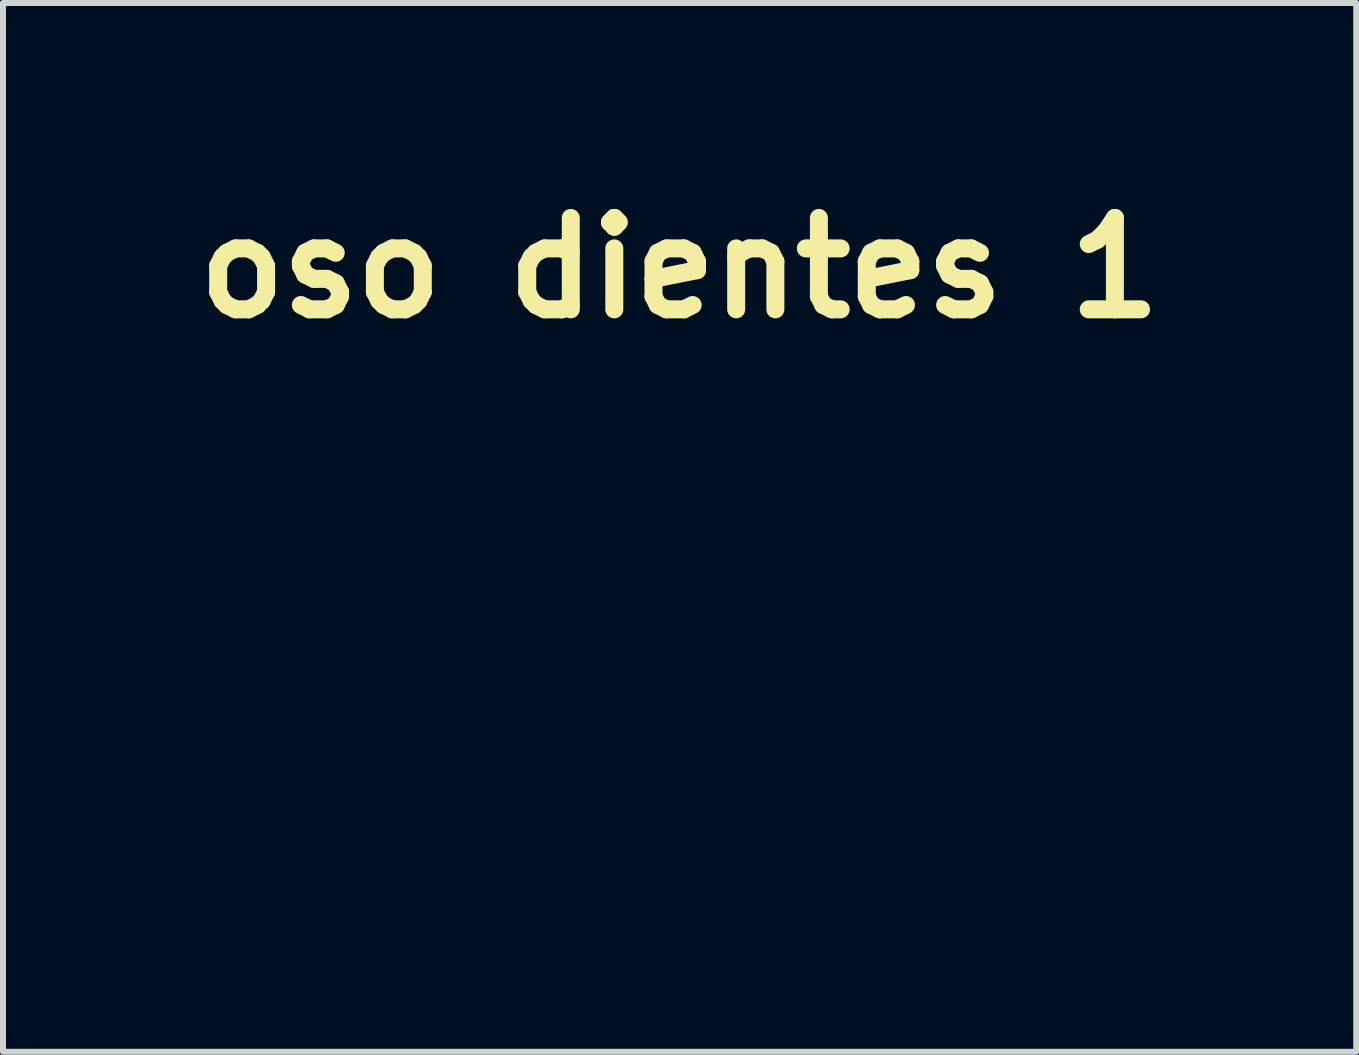
<source format=kicad_pcb>
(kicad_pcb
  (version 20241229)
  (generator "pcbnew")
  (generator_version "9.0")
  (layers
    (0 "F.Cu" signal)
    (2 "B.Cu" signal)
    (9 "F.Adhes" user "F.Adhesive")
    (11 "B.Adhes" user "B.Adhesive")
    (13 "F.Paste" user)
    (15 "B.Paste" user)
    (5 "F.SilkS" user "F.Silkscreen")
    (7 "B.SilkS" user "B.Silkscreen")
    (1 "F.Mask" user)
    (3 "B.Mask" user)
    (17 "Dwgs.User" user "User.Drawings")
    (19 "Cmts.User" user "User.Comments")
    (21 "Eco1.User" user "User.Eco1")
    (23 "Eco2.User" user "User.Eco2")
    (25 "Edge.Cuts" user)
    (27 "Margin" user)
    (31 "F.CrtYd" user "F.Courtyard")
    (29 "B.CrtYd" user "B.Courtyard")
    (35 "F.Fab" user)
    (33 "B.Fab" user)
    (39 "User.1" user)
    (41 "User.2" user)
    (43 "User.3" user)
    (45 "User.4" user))
  (footprint "oso dientes 1"
    (layer "F.Cu")
    (at 8.28 1.418)
    (property "Reference" "oso dientes 1" (at 0 0 0) (layer "F.SilkS") (effects (font (size 1.524 1.524) (thickness 0.3))))
    (attr through_hole)
    (fp_poly (pts (xy -2.816 6.048) (xy -2.81 6.127) (xy -2.82 6.145) (xy -2.843 6.13) (xy -2.846 6.079) (xy -2.834 6.024) (xy -2.816 6.048)) (stroke (width 0.01) (type solid)) (fill yes) (layer "F.Mask"))
    (fp_poly (pts (xy 1.714 9.994) (xy 1.72 10.054) (xy 1.714 10.062) (xy 1.683 10.055) (xy 1.68 10.028) (xy 1.698 9.986) (xy 1.714 9.994)) (stroke (width 0.01) (type solid)) (fill yes) (layer "F.Mask"))
    (fp_poly (pts (xy -1.315 8.402) (xy -1.17 8.527) (xy -1.094 8.602) (xy -0.966 8.728) (xy -0.866 8.819) (xy -0.814 8.857) (xy -0.813 8.857) (xy -0.772 8.817) (xy -0.704 8.715) (xy -0.668 8.653) (xy -0.561 8.505) (xy -0.46 8.459) (xy -0.362 8.513) (xy -0.284 8.628) (xy -0.216 8.74) (xy -0.166 8.802) (xy -0.157 8.806) (xy -0.113 8.767) (xy -0.037 8.672) (xy -0.006 8.628) (xy 0.084 8.517) (xy 0.164 8.455) (xy 0.184 8.45) (xy 0.246 8.491) (xy 0.325 8.597) (xy 0.357 8.655) (xy 0.413 8.759) (xy 0.462 8.812) (xy 0.524 8.812) (xy 0.618 8.755) (xy 0.763 8.637) (xy 0.845 8.568) (xy 1.019 8.43) (xy 1.133 8.363) (xy 1.197 8.366) (xy 1.221 8.435) (xy 1.221 8.462) (xy 1.212 8.599) (xy 1.188 8.787) (xy 1.153 8.997) (xy 1.113 9.204) (xy 1.074 9.381) (xy 1.039 9.501) (xy 1.021 9.536) (xy 0.943 9.555) (xy 0.803 9.507) (xy 0.777 9.495) (xy 0.651 9.448) (xy 0.482 9.414) (xy 0.249 9.392) (xy -0.025 9.378) (xy -0.305 9.37) (xy -0.512 9.373) (xy -0.675 9.39) (xy -0.822 9.422) (xy -0.953 9.462) (xy -1.139 9.525) (xy -1.25 9.557) (xy -1.308 9.562) (xy -1.335 9.541) (xy -1.348 9.506) (xy -1.369 9.413) (xy -1.395 9.249) (xy -1.422 9.046) (xy -1.448 8.835) (xy -1.467 8.647) (xy -1.476 8.513) (xy -1.476 8.497) (xy -1.461 8.389) (xy -1.409 8.357) (xy -1.315 8.402)) (stroke (width 0.01) (type solid)) (fill yes) (layer "F.Mask"))
    (fp_poly (pts (xy 0.228 3.044) (xy 0.595 3.093) (xy 0.932 3.185) (xy 1.274 3.328) (xy 1.425 3.403) (xy 1.705 3.549) (xy 1.721 3.87) (xy 1.724 4.011) (xy 1.713 4.136) (xy 1.683 4.268) (xy 1.627 4.431) (xy 1.539 4.649) (xy 1.466 4.819) (xy 1.363 5.049) (xy 1.268 5.242) (xy 1.193 5.379) (xy 1.144 5.443) (xy 1.138 5.446) (xy 1.106 5.396) (xy 1.077 5.244) (xy 1.052 4.994) (xy 1.042 4.848) (xy 1.021 4.539) (xy 1.001 4.323) (xy 0.976 4.192) (xy 0.942 4.139) (xy 0.893 4.155) (xy 0.826 4.232) (xy 0.742 4.349) (xy 0.635 4.492) (xy 0.543 4.594) (xy 0.485 4.632) (xy 0.438 4.588) (xy 0.371 4.471) (xy 0.295 4.305) (xy 0.281 4.27) (xy 0.139 3.908) (xy -0.012 4.171) (xy -0.124 4.338) (xy -0.216 4.409) (xy -0.297 4.382) (xy -0.376 4.256) (xy -0.435 4.109) (xy -0.539 3.816) (xy -0.68 4.25) (xy -0.762 4.477) (xy -0.833 4.625) (xy -0.888 4.682) (xy -0.893 4.683) (xy -0.955 4.642) (xy -1.042 4.535) (xy -1.114 4.423) (xy -1.178 4.313) (xy -1.226 4.247) (xy -1.263 4.236) (xy -1.291 4.287) (xy -1.316 4.411) (xy -1.341 4.615) (xy -1.371 4.909) (xy -1.38 5.001) (xy -1.414 5.307) (xy -1.448 5.518) (xy -1.482 5.631) (xy -1.502 5.65) (xy -1.539 5.605) (xy -1.604 5.479) (xy -1.691 5.288) (xy -1.794 5.045) (xy -1.905 4.768) (xy -2.044 4.406) (xy -2.144 4.125) (xy -2.206 3.912) (xy -2.229 3.753) (xy -2.213 3.636) (xy -2.157 3.546) (xy -2.063 3.471) (xy -1.928 3.397) (xy -1.883 3.375) (xy -1.528 3.221) (xy -1.173 3.116) (xy -0.79 3.055) (xy -0.348 3.03) (xy -0.204 3.029) (xy 0.228 3.044)) (stroke (width 0.01) (type solid)) (fill yes) (layer "F.Mask")))
  (gr_rect
    (start -3 -3)
    (end 19.561 14.485)
    (stroke (width 0.1) (type default))
    (fill no)
    (layer "Edge.Cuts")))
</source>
